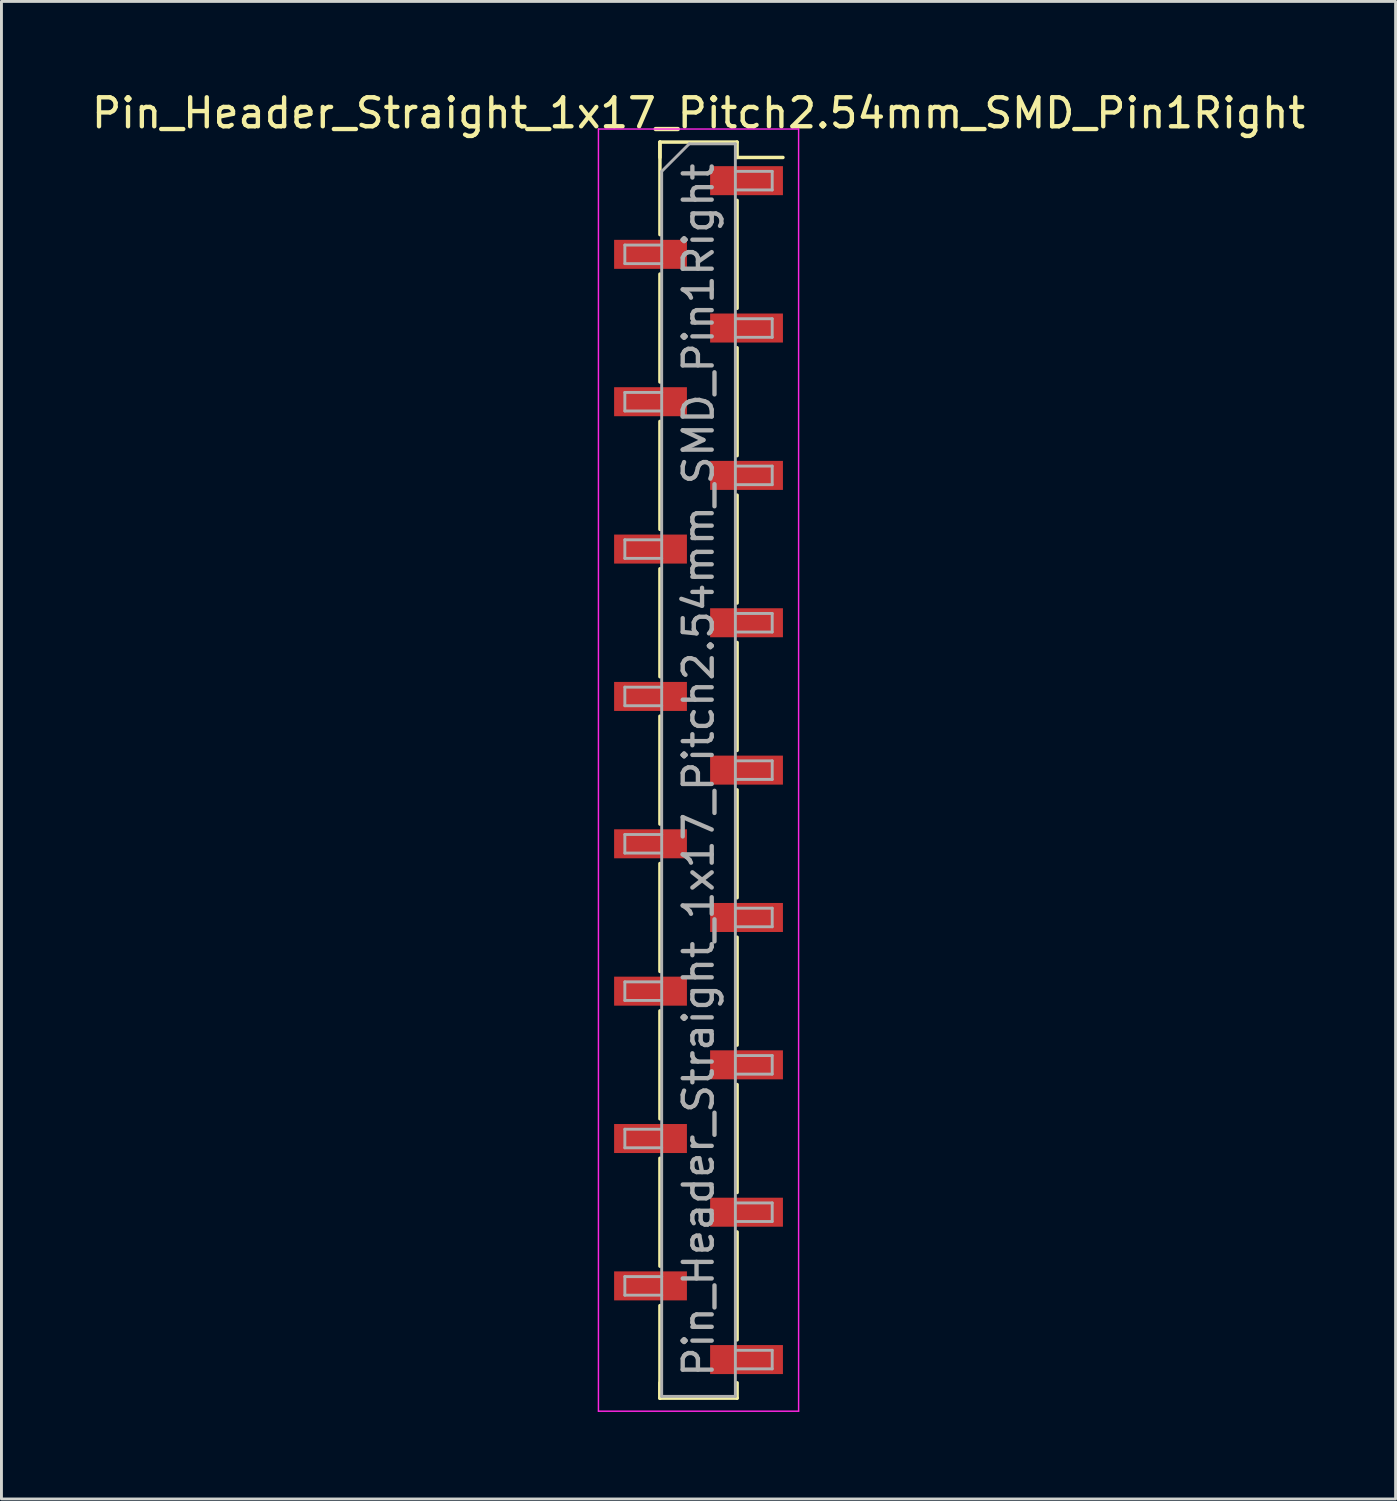
<source format=kicad_pcb>
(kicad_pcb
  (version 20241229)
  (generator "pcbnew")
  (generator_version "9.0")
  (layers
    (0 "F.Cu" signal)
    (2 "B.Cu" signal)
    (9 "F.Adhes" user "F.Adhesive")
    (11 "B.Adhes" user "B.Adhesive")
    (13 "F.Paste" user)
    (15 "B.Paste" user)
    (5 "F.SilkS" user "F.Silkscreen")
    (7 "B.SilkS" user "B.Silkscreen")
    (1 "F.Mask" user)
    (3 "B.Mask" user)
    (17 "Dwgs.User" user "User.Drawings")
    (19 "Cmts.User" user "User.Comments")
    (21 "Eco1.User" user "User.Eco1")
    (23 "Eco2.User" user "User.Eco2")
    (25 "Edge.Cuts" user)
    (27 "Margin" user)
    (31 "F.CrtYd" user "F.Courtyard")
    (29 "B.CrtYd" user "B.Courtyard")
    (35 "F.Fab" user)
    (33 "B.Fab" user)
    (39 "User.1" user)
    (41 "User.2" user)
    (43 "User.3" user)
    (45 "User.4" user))
  (footprint "Pin_Header_Straight_1x17_Pitch2.54mm_SMD_Pin1Right"
    (layer "F.Cu")
    (at 21.03 23.498)
    (property "Reference" "Pin_Header_Straight_1x17_Pitch2.54mm_SMD_Pin1Right" (at 0 -22.65 0) (layer "F.SilkS") (effects (font (size 1 1) (thickness 0.15))))
    (attr smd)
    (fp_line (start -1.33 -21.65) (end -1.33 -18.46) (stroke (width 0.12) (type solid)) (layer "F.SilkS"))
    (fp_line (start -1.33 -21.65) (end 1.33 -21.65) (stroke (width 0.12) (type solid)) (layer "F.SilkS"))
    (fp_line (start -1.33 -21.12) (end -1.33 -21.65) (stroke (width 0.12) (type solid)) (layer "F.SilkS"))
    (fp_line (start -1.33 -17.1) (end -1.33 -13.38) (stroke (width 0.12) (type solid)) (layer "F.SilkS"))
    (fp_line (start -1.33 -12.02) (end -1.33 -8.3) (stroke (width 0.12) (type solid)) (layer "F.SilkS"))
    (fp_line (start -1.33 -6.94) (end -1.33 -3.22) (stroke (width 0.12) (type solid)) (layer "F.SilkS"))
    (fp_line (start -1.33 -1.86) (end -1.33 1.86) (stroke (width 0.12) (type solid)) (layer "F.SilkS"))
    (fp_line (start -1.33 3.22) (end -1.33 6.94) (stroke (width 0.12) (type solid)) (layer "F.SilkS"))
    (fp_line (start -1.33 8.3) (end -1.33 12.02) (stroke (width 0.12) (type solid)) (layer "F.SilkS"))
    (fp_line (start -1.33 13.38) (end -1.33 17.1) (stroke (width 0.12) (type solid)) (layer "F.SilkS"))
    (fp_line (start -1.33 18.46) (end -1.33 21.65) (stroke (width 0.12) (type solid)) (layer "F.SilkS"))
    (fp_line (start -1.33 21.12) (end -1.33 21.65) (stroke (width 0.12) (type solid)) (layer "F.SilkS"))
    (fp_line (start -1.33 21.65) (end 1.33 21.65) (stroke (width 0.12) (type solid)) (layer "F.SilkS"))
    (fp_line (start 1.33 -21.65) (end 1.33 -21.12) (stroke (width 0.12) (type solid)) (layer "F.SilkS"))
    (fp_line (start 1.33 -21.12) (end 2.91 -21.12) (stroke (width 0.12) (type solid)) (layer "F.SilkS"))
    (fp_line (start 1.33 -19.64) (end 1.33 -15.92) (stroke (width 0.12) (type solid)) (layer "F.SilkS"))
    (fp_line (start 1.33 -14.56) (end 1.33 -10.84) (stroke (width 0.12) (type solid)) (layer "F.SilkS"))
    (fp_line (start 1.33 -9.48) (end 1.33 -5.76) (stroke (width 0.12) (type solid)) (layer "F.SilkS"))
    (fp_line (start 1.33 -4.4) (end 1.33 -0.68) (stroke (width 0.12) (type solid)) (layer "F.SilkS"))
    (fp_line (start 1.33 0.68) (end 1.33 4.4) (stroke (width 0.12) (type solid)) (layer "F.SilkS"))
    (fp_line (start 1.33 5.76) (end 1.33 9.48) (stroke (width 0.12) (type solid)) (layer "F.SilkS"))
    (fp_line (start 1.33 10.84) (end 1.33 14.56) (stroke (width 0.12) (type solid)) (layer "F.SilkS"))
    (fp_line (start 1.33 15.92) (end 1.33 19.64) (stroke (width 0.12) (type solid)) (layer "F.SilkS"))
    (fp_line (start 1.33 21.65) (end 1.33 21.12) (stroke (width 0.12) (type solid)) (layer "F.SilkS"))
    (fp_line (start -3.45 -22.1) (end -3.45 22.1) (stroke (width 0.05) (type solid)) (layer "F.CrtYd"))
    (fp_line (start -3.45 22.1) (end 3.45 22.1) (stroke (width 0.05) (type solid)) (layer "F.CrtYd"))
    (fp_line (start 3.45 -22.1) (end -3.45 -22.1) (stroke (width 0.05) (type solid)) (layer "F.CrtYd"))
    (fp_line (start 3.45 22.1) (end 3.45 -22.1) (stroke (width 0.05) (type solid)) (layer "F.CrtYd"))
    (fp_line (start -2.54 -18.1) (end -2.54 -17.46) (stroke (width 0.1) (type solid)) (layer "F.Fab"))
    (fp_line (start -2.54 -17.46) (end -1.27 -17.46) (stroke (width 0.1) (type solid)) (layer "F.Fab"))
    (fp_line (start -2.54 -13.02) (end -2.54 -12.38) (stroke (width 0.1) (type solid)) (layer "F.Fab"))
    (fp_line (start -2.54 -12.38) (end -1.27 -12.38) (stroke (width 0.1) (type solid)) (layer "F.Fab"))
    (fp_line (start -2.54 -7.94) (end -2.54 -7.3) (stroke (width 0.1) (type solid)) (layer "F.Fab"))
    (fp_line (start -2.54 -7.3) (end -1.27 -7.3) (stroke (width 0.1) (type solid)) (layer "F.Fab"))
    (fp_line (start -2.54 -2.86) (end -2.54 -2.22) (stroke (width 0.1) (type solid)) (layer "F.Fab"))
    (fp_line (start -2.54 -2.22) (end -1.27 -2.22) (stroke (width 0.1) (type solid)) (layer "F.Fab"))
    (fp_line (start -2.54 2.22) (end -2.54 2.86) (stroke (width 0.1) (type solid)) (layer "F.Fab"))
    (fp_line (start -2.54 2.86) (end -1.27 2.86) (stroke (width 0.1) (type solid)) (layer "F.Fab"))
    (fp_line (start -2.54 7.3) (end -2.54 7.94) (stroke (width 0.1) (type solid)) (layer "F.Fab"))
    (fp_line (start -2.54 7.94) (end -1.27 7.94) (stroke (width 0.1) (type solid)) (layer "F.Fab"))
    (fp_line (start -2.54 12.38) (end -2.54 13.02) (stroke (width 0.1) (type solid)) (layer "F.Fab"))
    (fp_line (start -2.54 13.02) (end -1.27 13.02) (stroke (width 0.1) (type solid)) (layer "F.Fab"))
    (fp_line (start -2.54 17.46) (end -2.54 18.1) (stroke (width 0.1) (type solid)) (layer "F.Fab"))
    (fp_line (start -2.54 18.1) (end -1.27 18.1) (stroke (width 0.1) (type solid)) (layer "F.Fab"))
    (fp_line (start -1.27 -20.64) (end -0.32 -21.59) (stroke (width 0.1) (type solid)) (layer "F.Fab"))
    (fp_line (start -1.27 -18.1) (end -2.54 -18.1) (stroke (width 0.1) (type solid)) (layer "F.Fab"))
    (fp_line (start -1.27 -13.02) (end -2.54 -13.02) (stroke (width 0.1) (type solid)) (layer "F.Fab"))
    (fp_line (start -1.27 -7.94) (end -2.54 -7.94) (stroke (width 0.1) (type solid)) (layer "F.Fab"))
    (fp_line (start -1.27 -2.86) (end -2.54 -2.86) (stroke (width 0.1) (type solid)) (layer "F.Fab"))
    (fp_line (start -1.27 2.22) (end -2.54 2.22) (stroke (width 0.1) (type solid)) (layer "F.Fab"))
    (fp_line (start -1.27 7.3) (end -2.54 7.3) (stroke (width 0.1) (type solid)) (layer "F.Fab"))
    (fp_line (start -1.27 12.38) (end -2.54 12.38) (stroke (width 0.1) (type solid)) (layer "F.Fab"))
    (fp_line (start -1.27 17.46) (end -2.54 17.46) (stroke (width 0.1) (type solid)) (layer "F.Fab"))
    (fp_line (start -1.27 21.59) (end -1.27 -20.64) (stroke (width 0.1) (type solid)) (layer "F.Fab"))
    (fp_line (start -0.32 -21.59) (end 1.27 -21.59) (stroke (width 0.1) (type solid)) (layer "F.Fab"))
    (fp_line (start 1.27 -21.59) (end 1.27 21.59) (stroke (width 0.1) (type solid)) (layer "F.Fab"))
    (fp_line (start 1.27 -20.64) (end 2.54 -20.64) (stroke (width 0.1) (type solid)) (layer "F.Fab"))
    (fp_line (start 1.27 -15.56) (end 2.54 -15.56) (stroke (width 0.1) (type solid)) (layer "F.Fab"))
    (fp_line (start 1.27 -10.48) (end 2.54 -10.48) (stroke (width 0.1) (type solid)) (layer "F.Fab"))
    (fp_line (start 1.27 -5.4) (end 2.54 -5.4) (stroke (width 0.1) (type solid)) (layer "F.Fab"))
    (fp_line (start 1.27 -0.32) (end 2.54 -0.32) (stroke (width 0.1) (type solid)) (layer "F.Fab"))
    (fp_line (start 1.27 4.76) (end 2.54 4.76) (stroke (width 0.1) (type solid)) (layer "F.Fab"))
    (fp_line (start 1.27 9.84) (end 2.54 9.84) (stroke (width 0.1) (type solid)) (layer "F.Fab"))
    (fp_line (start 1.27 14.92) (end 2.54 14.92) (stroke (width 0.1) (type solid)) (layer "F.Fab"))
    (fp_line (start 1.27 20) (end 2.54 20) (stroke (width 0.1) (type solid)) (layer "F.Fab"))
    (fp_line (start 1.27 21.59) (end -1.27 21.59) (stroke (width 0.1) (type solid)) (layer "F.Fab"))
    (fp_line (start 2.54 -20.64) (end 2.54 -20) (stroke (width 0.1) (type solid)) (layer "F.Fab"))
    (fp_line (start 2.54 -20) (end 1.27 -20) (stroke (width 0.1) (type solid)) (layer "F.Fab"))
    (fp_line (start 2.54 -15.56) (end 2.54 -14.92) (stroke (width 0.1) (type solid)) (layer "F.Fab"))
    (fp_line (start 2.54 -14.92) (end 1.27 -14.92) (stroke (width 0.1) (type solid)) (layer "F.Fab"))
    (fp_line (start 2.54 -10.48) (end 2.54 -9.84) (stroke (width 0.1) (type solid)) (layer "F.Fab"))
    (fp_line (start 2.54 -9.84) (end 1.27 -9.84) (stroke (width 0.1) (type solid)) (layer "F.Fab"))
    (fp_line (start 2.54 -5.4) (end 2.54 -4.76) (stroke (width 0.1) (type solid)) (layer "F.Fab"))
    (fp_line (start 2.54 -4.76) (end 1.27 -4.76) (stroke (width 0.1) (type solid)) (layer "F.Fab"))
    (fp_line (start 2.54 -0.32) (end 2.54 0.32) (stroke (width 0.1) (type solid)) (layer "F.Fab"))
    (fp_line (start 2.54 0.32) (end 1.27 0.32) (stroke (width 0.1) (type solid)) (layer "F.Fab"))
    (fp_line (start 2.54 4.76) (end 2.54 5.4) (stroke (width 0.1) (type solid)) (layer "F.Fab"))
    (fp_line (start 2.54 5.4) (end 1.27 5.4) (stroke (width 0.1) (type solid)) (layer "F.Fab"))
    (fp_line (start 2.54 9.84) (end 2.54 10.48) (stroke (width 0.1) (type solid)) (layer "F.Fab"))
    (fp_line (start 2.54 10.48) (end 1.27 10.48) (stroke (width 0.1) (type solid)) (layer "F.Fab"))
    (fp_line (start 2.54 14.92) (end 2.54 15.56) (stroke (width 0.1) (type solid)) (layer "F.Fab"))
    (fp_line (start 2.54 15.56) (end 1.27 15.56) (stroke (width 0.1) (type solid)) (layer "F.Fab"))
    (fp_line (start 2.54 20) (end 2.54 20.64) (stroke (width 0.1) (type solid)) (layer "F.Fab"))
    (fp_line (start 2.54 20.64) (end 1.27 20.64) (stroke (width 0.1) (type solid)) (layer "F.Fab"))
    (fp_text user "${REFERENCE}" (at 0 0 90) (layer "F.Fab") (effects (font (size 1 1) (thickness 0.15))))
    (pad "1" smd rect (at 1.655 -20.32) (size 2.51 1) (layers "F.Cu" "F.Mask" "F.Paste"))
    (pad "2" smd rect (at -1.655 -17.78) (size 2.51 1) (layers "F.Cu" "F.Mask" "F.Paste"))
    (pad "3" smd rect (at 1.655 -15.24) (size 2.51 1) (layers "F.Cu" "F.Mask" "F.Paste"))
    (pad "4" smd rect (at -1.655 -12.7) (size 2.51 1) (layers "F.Cu" "F.Mask" "F.Paste"))
    (pad "5" smd rect (at 1.655 -10.16) (size 2.51 1) (layers "F.Cu" "F.Mask" "F.Paste"))
    (pad "6" smd rect (at -1.655 -7.62) (size 2.51 1) (layers "F.Cu" "F.Mask" "F.Paste"))
    (pad "7" smd rect (at 1.655 -5.08) (size 2.51 1) (layers "F.Cu" "F.Mask" "F.Paste"))
    (pad "8" smd rect (at -1.655 -2.54) (size 2.51 1) (layers "F.Cu" "F.Mask" "F.Paste"))
    (pad "9" smd rect (at 1.655 0) (size 2.51 1) (layers "F.Cu" "F.Mask" "F.Paste"))
    (pad "10" smd rect (at -1.655 2.54) (size 2.51 1) (layers "F.Cu" "F.Mask" "F.Paste"))
    (pad "11" smd rect (at 1.655 5.08) (size 2.51 1) (layers "F.Cu" "F.Mask" "F.Paste"))
    (pad "12" smd rect (at -1.655 7.62) (size 2.51 1) (layers "F.Cu" "F.Mask" "F.Paste"))
    (pad "13" smd rect (at 1.655 10.16) (size 2.51 1) (layers "F.Cu" "F.Mask" "F.Paste"))
    (pad "14" smd rect (at -1.655 12.7) (size 2.51 1) (layers "F.Cu" "F.Mask" "F.Paste"))
    (pad "15" smd rect (at 1.655 15.24) (size 2.51 1) (layers "F.Cu" "F.Mask" "F.Paste"))
    (pad "16" smd rect (at -1.655 17.78) (size 2.51 1) (layers "F.Cu" "F.Mask" "F.Paste"))
    (pad "17" smd rect (at 1.655 20.32) (size 2.51 1) (layers "F.Cu" "F.Mask" "F.Paste")))
  (gr_rect
    (start -3 -3)
    (end 45.06 48.623)
    (stroke (width 0.1) (type default))
    (fill no)
    (layer "Edge.Cuts")))
</source>
